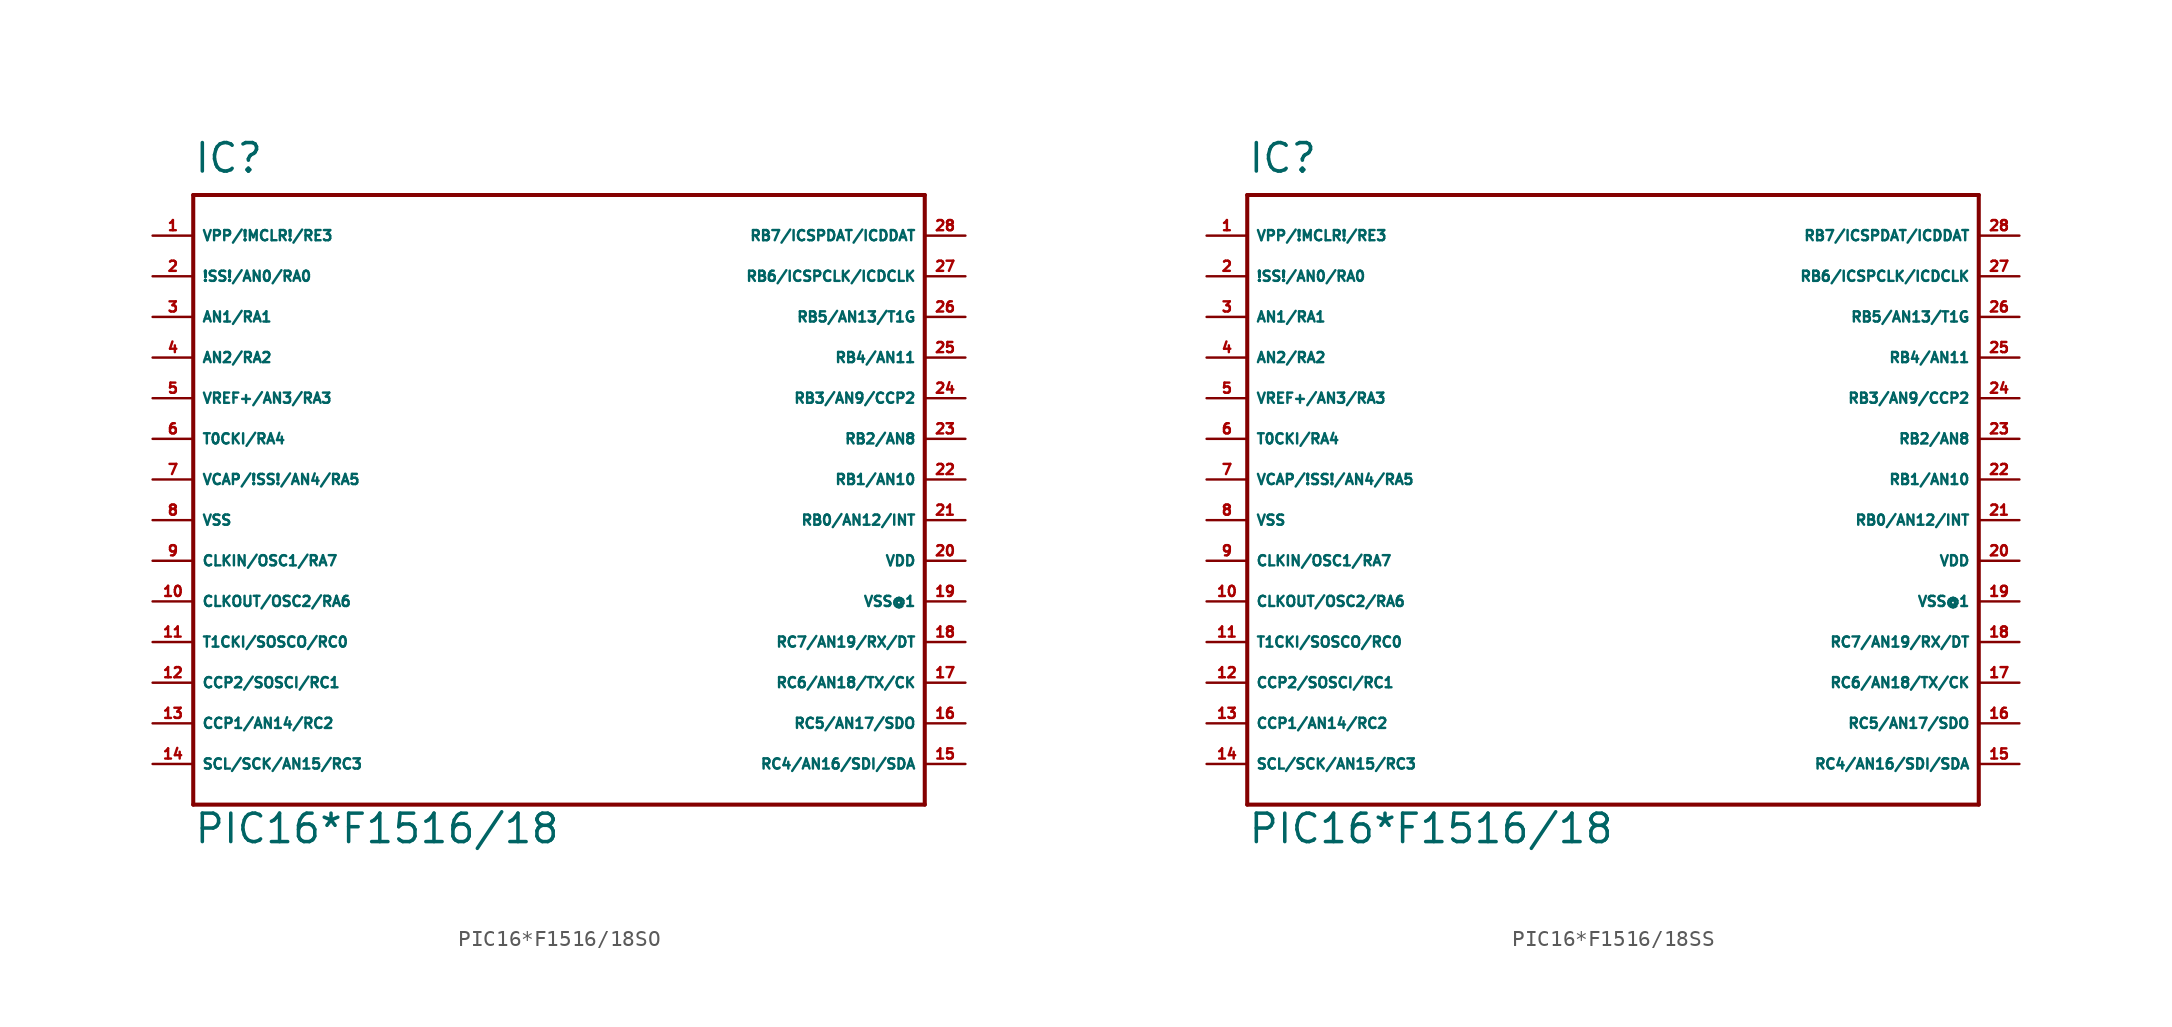
<source format=kicad_sym>
(kicad_symbol_lib
  (version 20220914)
  (generator Eagle2Kicad)
  (symbol "PIC16*F1516/18SO"
    (property "Reference" "IC"
      (at -22.86 19.05 0)
      (effects (font (size 1.778 1.778) (thickness 0.22)) (justify left bottom)))
    (property "Value" "PIC16*F1516/18"
      (at -22.86 -22.86 0)
      (effects (font (size 1.778 1.778) (thickness 0.22)) (justify left bottom)))
    (polyline
      (pts (xy -22.86 17.78) (xy 22.86 17.78))
      (stroke (width 0.254) (type default))
      (fill (type none)))
    (polyline
      (pts (xy 22.86 17.78) (xy 22.86 -20.32))
      (stroke (width 0.254) (type default))
      (fill (type none)))
    (polyline
      (pts (xy 22.86 -20.32) (xy -22.86 -20.32))
      (stroke (width 0.254) (type default))
      (fill (type none)))
    (polyline
      (pts (xy -22.86 -20.32) (xy -22.86 17.78))
      (stroke (width 0.254) (type default))
      (fill (type none)))
    (pin bidirectional line
      (at -25.4 15.24 0)
      (length 2.54)
      (name "VPP/!MCLR!/RE3" (effects (font (size 0.635 0.635) (thickness 0.08)) (justify left bottom)))
      (number "1" (effects (font (size 0.635 0.635) (thickness 0.08)) (justify left bottom))))
    (pin bidirectional line
      (at -25.4 12.7 0)
      (length 2.54)
      (name "!SS!/AN0/RA0" (effects (font (size 0.635 0.635) (thickness 0.08)) (justify left bottom)))
      (number "2" (effects (font (size 0.635 0.635) (thickness 0.08)) (justify left bottom))))
    (pin bidirectional line
      (at -25.4 10.16 0)
      (length 2.54)
      (name "AN1/RA1" (effects (font (size 0.635 0.635) (thickness 0.08)) (justify left bottom)))
      (number "3" (effects (font (size 0.635 0.635) (thickness 0.08)) (justify left bottom))))
    (pin bidirectional line
      (at -25.4 7.62 0)
      (length 2.54)
      (name "AN2/RA2" (effects (font (size 0.635 0.635) (thickness 0.08)) (justify left bottom)))
      (number "4" (effects (font (size 0.635 0.635) (thickness 0.08)) (justify left bottom))))
    (pin bidirectional line
      (at -25.4 5.08 0)
      (length 2.54)
      (name "VREF+/AN3/RA3" (effects (font (size 0.635 0.635) (thickness 0.08)) (justify left bottom)))
      (number "5" (effects (font (size 0.635 0.635) (thickness 0.08)) (justify left bottom))))
    (pin bidirectional line
      (at -25.4 2.54 0)
      (length 2.54)
      (name "T0CKI/RA4" (effects (font (size 0.635 0.635) (thickness 0.08)) (justify left bottom)))
      (number "6" (effects (font (size 0.635 0.635) (thickness 0.08)) (justify left bottom))))
    (pin bidirectional line
      (at -25.4 0 0)
      (length 2.54)
      (name "VCAP/!SS!/AN4/RA5" (effects (font (size 0.635 0.635) (thickness 0.08)) (justify left bottom)))
      (number "7" (effects (font (size 0.635 0.635) (thickness 0.08)) (justify left bottom))))
    (pin bidirectional line
      (at -25.4 -5.08 0)
      (length 2.54)
      (name "CLKIN/OSC1/RA7" (effects (font (size 0.635 0.635) (thickness 0.08)) (justify left bottom)))
      (number "9" (effects (font (size 0.635 0.635) (thickness 0.08)) (justify left bottom))))
    (pin bidirectional line
      (at -25.4 -7.62 0)
      (length 2.54)
      (name "CLKOUT/OSC2/RA6" (effects (font (size 0.635 0.635) (thickness 0.08)) (justify left bottom)))
      (number "10" (effects (font (size 0.635 0.635) (thickness 0.08)) (justify left bottom))))
    (pin bidirectional line
      (at -25.4 -10.16 0)
      (length 2.54)
      (name "T1CKI/SOSCO/RC0" (effects (font (size 0.635 0.635) (thickness 0.08)) (justify left bottom)))
      (number "11" (effects (font (size 0.635 0.635) (thickness 0.08)) (justify left bottom))))
    (pin bidirectional line
      (at -25.4 -12.7 0)
      (length 2.54)
      (name "CCP2/SOSCI/RC1" (effects (font (size 0.635 0.635) (thickness 0.08)) (justify left bottom)))
      (number "12" (effects (font (size 0.635 0.635) (thickness 0.08)) (justify left bottom))))
    (pin bidirectional line
      (at -25.4 -15.24 0)
      (length 2.54)
      (name "CCP1/AN14/RC2" (effects (font (size 0.635 0.635) (thickness 0.08)) (justify left bottom)))
      (number "13" (effects (font (size 0.635 0.635) (thickness 0.08)) (justify left bottom))))
    (pin bidirectional line
      (at -25.4 -17.78 0)
      (length 2.54)
      (name "SCL/SCK/AN15/RC3" (effects (font (size 0.635 0.635) (thickness 0.08)) (justify left bottom)))
      (number "14" (effects (font (size 0.635 0.635) (thickness 0.08)) (justify left bottom))))
    (pin bidirectional line
      (at 25.4 -17.78 180)
      (length 2.54)
      (name "RC4/AN16/SDI/SDA" (effects (font (size 0.635 0.635) (thickness 0.08)) (justify left bottom)))
      (number "15" (effects (font (size 0.635 0.635) (thickness 0.08)) (justify left bottom))))
    (pin bidirectional line
      (at 25.4 -15.24 180)
      (length 2.54)
      (name "RC5/AN17/SDO" (effects (font (size 0.635 0.635) (thickness 0.08)) (justify left bottom)))
      (number "16" (effects (font (size 0.635 0.635) (thickness 0.08)) (justify left bottom))))
    (pin bidirectional line
      (at 25.4 -12.7 180)
      (length 2.54)
      (name "RC6/AN18/TX/CK" (effects (font (size 0.635 0.635) (thickness 0.08)) (justify left bottom)))
      (number "17" (effects (font (size 0.635 0.635) (thickness 0.08)) (justify left bottom))))
    (pin bidirectional line
      (at 25.4 -10.16 180)
      (length 2.54)
      (name "RC7/AN19/RX/DT" (effects (font (size 0.635 0.635) (thickness 0.08)) (justify left bottom)))
      (number "18" (effects (font (size 0.635 0.635) (thickness 0.08)) (justify left bottom))))
    (pin bidirectional line
      (at 25.4 -2.54 180)
      (length 2.54)
      (name "RB0/AN12/INT" (effects (font (size 0.635 0.635) (thickness 0.08)) (justify left bottom)))
      (number "21" (effects (font (size 0.635 0.635) (thickness 0.08)) (justify left bottom))))
    (pin bidirectional line
      (at 25.4 0 180)
      (length 2.54)
      (name "RB1/AN10" (effects (font (size 0.635 0.635) (thickness 0.08)) (justify left bottom)))
      (number "22" (effects (font (size 0.635 0.635) (thickness 0.08)) (justify left bottom))))
    (pin bidirectional line
      (at 25.4 2.54 180)
      (length 2.54)
      (name "RB2/AN8" (effects (font (size 0.635 0.635) (thickness 0.08)) (justify left bottom)))
      (number "23" (effects (font (size 0.635 0.635) (thickness 0.08)) (justify left bottom))))
    (pin bidirectional line
      (at 25.4 5.08 180)
      (length 2.54)
      (name "RB3/AN9/CCP2" (effects (font (size 0.635 0.635) (thickness 0.08)) (justify left bottom)))
      (number "24" (effects (font (size 0.635 0.635) (thickness 0.08)) (justify left bottom))))
    (pin bidirectional line
      (at 25.4 7.62 180)
      (length 2.54)
      (name "RB4/AN11" (effects (font (size 0.635 0.635) (thickness 0.08)) (justify left bottom)))
      (number "25" (effects (font (size 0.635 0.635) (thickness 0.08)) (justify left bottom))))
    (pin bidirectional line
      (at 25.4 10.16 180)
      (length 2.54)
      (name "RB5/AN13/T1G" (effects (font (size 0.635 0.635) (thickness 0.08)) (justify left bottom)))
      (number "26" (effects (font (size 0.635 0.635) (thickness 0.08)) (justify left bottom))))
    (pin bidirectional line
      (at 25.4 12.7 180)
      (length 2.54)
      (name "RB6/ICSPCLK/ICDCLK" (effects (font (size 0.635 0.635) (thickness 0.08)) (justify left bottom)))
      (number "27" (effects (font (size 0.635 0.635) (thickness 0.08)) (justify left bottom))))
    (pin bidirectional line
      (at 25.4 15.24 180)
      (length 2.54)
      (name "RB7/ICSPDAT/ICDDAT" (effects (font (size 0.635 0.635) (thickness 0.08)) (justify left bottom)))
      (number "28" (effects (font (size 0.635 0.635) (thickness 0.08)) (justify left bottom))))
    (pin unspecified line
      (at -25.4 -2.54 0)
      (length 2.54)
      (name "VSS" (effects (font (size 0.635 0.635) (thickness 0.08)) (justify left bottom)))
      (number "8" (effects (font (size 0.635 0.635) (thickness 0.08)) (justify left bottom))))
    (pin unspecified line
      (at 25.4 -7.62 180)
      (length 2.54)
      (name "VSS@1" (effects (font (size 0.635 0.635) (thickness 0.08)) (justify left bottom)))
      (number "19" (effects (font (size 0.635 0.635) (thickness 0.08)) (justify left bottom))))
    (pin unspecified line
      (at 25.4 -5.08 180)
      (length 2.54)
      (name "VDD" (effects (font (size 0.635 0.635) (thickness 0.08)) (justify left bottom)))
      (number "20" (effects (font (size 0.635 0.635) (thickness 0.08)) (justify left bottom)))))
  (symbol "PIC16*F1516/18SS"
    (property "Reference" "IC"
      (at -22.86 19.05 0)
      (effects (font (size 1.778 1.778) (thickness 0.22)) (justify left bottom)))
    (property "Value" "PIC16*F1516/18"
      (at -22.86 -22.86 0)
      (effects (font (size 1.778 1.778) (thickness 0.22)) (justify left bottom)))
    (polyline
      (pts (xy -22.86 17.78) (xy 22.86 17.78))
      (stroke (width 0.254) (type default))
      (fill (type none)))
    (polyline
      (pts (xy 22.86 17.78) (xy 22.86 -20.32))
      (stroke (width 0.254) (type default))
      (fill (type none)))
    (polyline
      (pts (xy 22.86 -20.32) (xy -22.86 -20.32))
      (stroke (width 0.254) (type default))
      (fill (type none)))
    (polyline
      (pts (xy -22.86 -20.32) (xy -22.86 17.78))
      (stroke (width 0.254) (type default))
      (fill (type none)))
    (pin bidirectional line
      (at -25.4 15.24 0)
      (length 2.54)
      (name "VPP/!MCLR!/RE3" (effects (font (size 0.635 0.635) (thickness 0.08)) (justify left bottom)))
      (number "1" (effects (font (size 0.635 0.635) (thickness 0.08)) (justify left bottom))))
    (pin bidirectional line
      (at -25.4 12.7 0)
      (length 2.54)
      (name "!SS!/AN0/RA0" (effects (font (size 0.635 0.635) (thickness 0.08)) (justify left bottom)))
      (number "2" (effects (font (size 0.635 0.635) (thickness 0.08)) (justify left bottom))))
    (pin bidirectional line
      (at -25.4 10.16 0)
      (length 2.54)
      (name "AN1/RA1" (effects (font (size 0.635 0.635) (thickness 0.08)) (justify left bottom)))
      (number "3" (effects (font (size 0.635 0.635) (thickness 0.08)) (justify left bottom))))
    (pin bidirectional line
      (at -25.4 7.62 0)
      (length 2.54)
      (name "AN2/RA2" (effects (font (size 0.635 0.635) (thickness 0.08)) (justify left bottom)))
      (number "4" (effects (font (size 0.635 0.635) (thickness 0.08)) (justify left bottom))))
    (pin bidirectional line
      (at -25.4 5.08 0)
      (length 2.54)
      (name "VREF+/AN3/RA3" (effects (font (size 0.635 0.635) (thickness 0.08)) (justify left bottom)))
      (number "5" (effects (font (size 0.635 0.635) (thickness 0.08)) (justify left bottom))))
    (pin bidirectional line
      (at -25.4 2.54 0)
      (length 2.54)
      (name "T0CKI/RA4" (effects (font (size 0.635 0.635) (thickness 0.08)) (justify left bottom)))
      (number "6" (effects (font (size 0.635 0.635) (thickness 0.08)) (justify left bottom))))
    (pin bidirectional line
      (at -25.4 0 0)
      (length 2.54)
      (name "VCAP/!SS!/AN4/RA5" (effects (font (size 0.635 0.635) (thickness 0.08)) (justify left bottom)))
      (number "7" (effects (font (size 0.635 0.635) (thickness 0.08)) (justify left bottom))))
    (pin bidirectional line
      (at -25.4 -5.08 0)
      (length 2.54)
      (name "CLKIN/OSC1/RA7" (effects (font (size 0.635 0.635) (thickness 0.08)) (justify left bottom)))
      (number "9" (effects (font (size 0.635 0.635) (thickness 0.08)) (justify left bottom))))
    (pin bidirectional line
      (at -25.4 -7.62 0)
      (length 2.54)
      (name "CLKOUT/OSC2/RA6" (effects (font (size 0.635 0.635) (thickness 0.08)) (justify left bottom)))
      (number "10" (effects (font (size 0.635 0.635) (thickness 0.08)) (justify left bottom))))
    (pin bidirectional line
      (at -25.4 -10.16 0)
      (length 2.54)
      (name "T1CKI/SOSCO/RC0" (effects (font (size 0.635 0.635) (thickness 0.08)) (justify left bottom)))
      (number "11" (effects (font (size 0.635 0.635) (thickness 0.08)) (justify left bottom))))
    (pin bidirectional line
      (at -25.4 -12.7 0)
      (length 2.54)
      (name "CCP2/SOSCI/RC1" (effects (font (size 0.635 0.635) (thickness 0.08)) (justify left bottom)))
      (number "12" (effects (font (size 0.635 0.635) (thickness 0.08)) (justify left bottom))))
    (pin bidirectional line
      (at -25.4 -15.24 0)
      (length 2.54)
      (name "CCP1/AN14/RC2" (effects (font (size 0.635 0.635) (thickness 0.08)) (justify left bottom)))
      (number "13" (effects (font (size 0.635 0.635) (thickness 0.08)) (justify left bottom))))
    (pin bidirectional line
      (at -25.4 -17.78 0)
      (length 2.54)
      (name "SCL/SCK/AN15/RC3" (effects (font (size 0.635 0.635) (thickness 0.08)) (justify left bottom)))
      (number "14" (effects (font (size 0.635 0.635) (thickness 0.08)) (justify left bottom))))
    (pin bidirectional line
      (at 25.4 -17.78 180)
      (length 2.54)
      (name "RC4/AN16/SDI/SDA" (effects (font (size 0.635 0.635) (thickness 0.08)) (justify left bottom)))
      (number "15" (effects (font (size 0.635 0.635) (thickness 0.08)) (justify left bottom))))
    (pin bidirectional line
      (at 25.4 -15.24 180)
      (length 2.54)
      (name "RC5/AN17/SDO" (effects (font (size 0.635 0.635) (thickness 0.08)) (justify left bottom)))
      (number "16" (effects (font (size 0.635 0.635) (thickness 0.08)) (justify left bottom))))
    (pin bidirectional line
      (at 25.4 -12.7 180)
      (length 2.54)
      (name "RC6/AN18/TX/CK" (effects (font (size 0.635 0.635) (thickness 0.08)) (justify left bottom)))
      (number "17" (effects (font (size 0.635 0.635) (thickness 0.08)) (justify left bottom))))
    (pin bidirectional line
      (at 25.4 -10.16 180)
      (length 2.54)
      (name "RC7/AN19/RX/DT" (effects (font (size 0.635 0.635) (thickness 0.08)) (justify left bottom)))
      (number "18" (effects (font (size 0.635 0.635) (thickness 0.08)) (justify left bottom))))
    (pin bidirectional line
      (at 25.4 -2.54 180)
      (length 2.54)
      (name "RB0/AN12/INT" (effects (font (size 0.635 0.635) (thickness 0.08)) (justify left bottom)))
      (number "21" (effects (font (size 0.635 0.635) (thickness 0.08)) (justify left bottom))))
    (pin bidirectional line
      (at 25.4 0 180)
      (length 2.54)
      (name "RB1/AN10" (effects (font (size 0.635 0.635) (thickness 0.08)) (justify left bottom)))
      (number "22" (effects (font (size 0.635 0.635) (thickness 0.08)) (justify left bottom))))
    (pin bidirectional line
      (at 25.4 2.54 180)
      (length 2.54)
      (name "RB2/AN8" (effects (font (size 0.635 0.635) (thickness 0.08)) (justify left bottom)))
      (number "23" (effects (font (size 0.635 0.635) (thickness 0.08)) (justify left bottom))))
    (pin bidirectional line
      (at 25.4 5.08 180)
      (length 2.54)
      (name "RB3/AN9/CCP2" (effects (font (size 0.635 0.635) (thickness 0.08)) (justify left bottom)))
      (number "24" (effects (font (size 0.635 0.635) (thickness 0.08)) (justify left bottom))))
    (pin bidirectional line
      (at 25.4 7.62 180)
      (length 2.54)
      (name "RB4/AN11" (effects (font (size 0.635 0.635) (thickness 0.08)) (justify left bottom)))
      (number "25" (effects (font (size 0.635 0.635) (thickness 0.08)) (justify left bottom))))
    (pin bidirectional line
      (at 25.4 10.16 180)
      (length 2.54)
      (name "RB5/AN13/T1G" (effects (font (size 0.635 0.635) (thickness 0.08)) (justify left bottom)))
      (number "26" (effects (font (size 0.635 0.635) (thickness 0.08)) (justify left bottom))))
    (pin bidirectional line
      (at 25.4 12.7 180)
      (length 2.54)
      (name "RB6/ICSPCLK/ICDCLK" (effects (font (size 0.635 0.635) (thickness 0.08)) (justify left bottom)))
      (number "27" (effects (font (size 0.635 0.635) (thickness 0.08)) (justify left bottom))))
    (pin bidirectional line
      (at 25.4 15.24 180)
      (length 2.54)
      (name "RB7/ICSPDAT/ICDDAT" (effects (font (size 0.635 0.635) (thickness 0.08)) (justify left bottom)))
      (number "28" (effects (font (size 0.635 0.635) (thickness 0.08)) (justify left bottom))))
    (pin unspecified line
      (at -25.4 -2.54 0)
      (length 2.54)
      (name "VSS" (effects (font (size 0.635 0.635) (thickness 0.08)) (justify left bottom)))
      (number "8" (effects (font (size 0.635 0.635) (thickness 0.08)) (justify left bottom))))
    (pin unspecified line
      (at 25.4 -7.62 180)
      (length 2.54)
      (name "VSS@1" (effects (font (size 0.635 0.635) (thickness 0.08)) (justify left bottom)))
      (number "19" (effects (font (size 0.635 0.635) (thickness 0.08)) (justify left bottom))))
    (pin unspecified line
      (at 25.4 -5.08 180)
      (length 2.54)
      (name "VDD" (effects (font (size 0.635 0.635) (thickness 0.08)) (justify left bottom)))
      (number "20" (effects (font (size 0.635 0.635) (thickness 0.08)) (justify left bottom))))))
</source>
